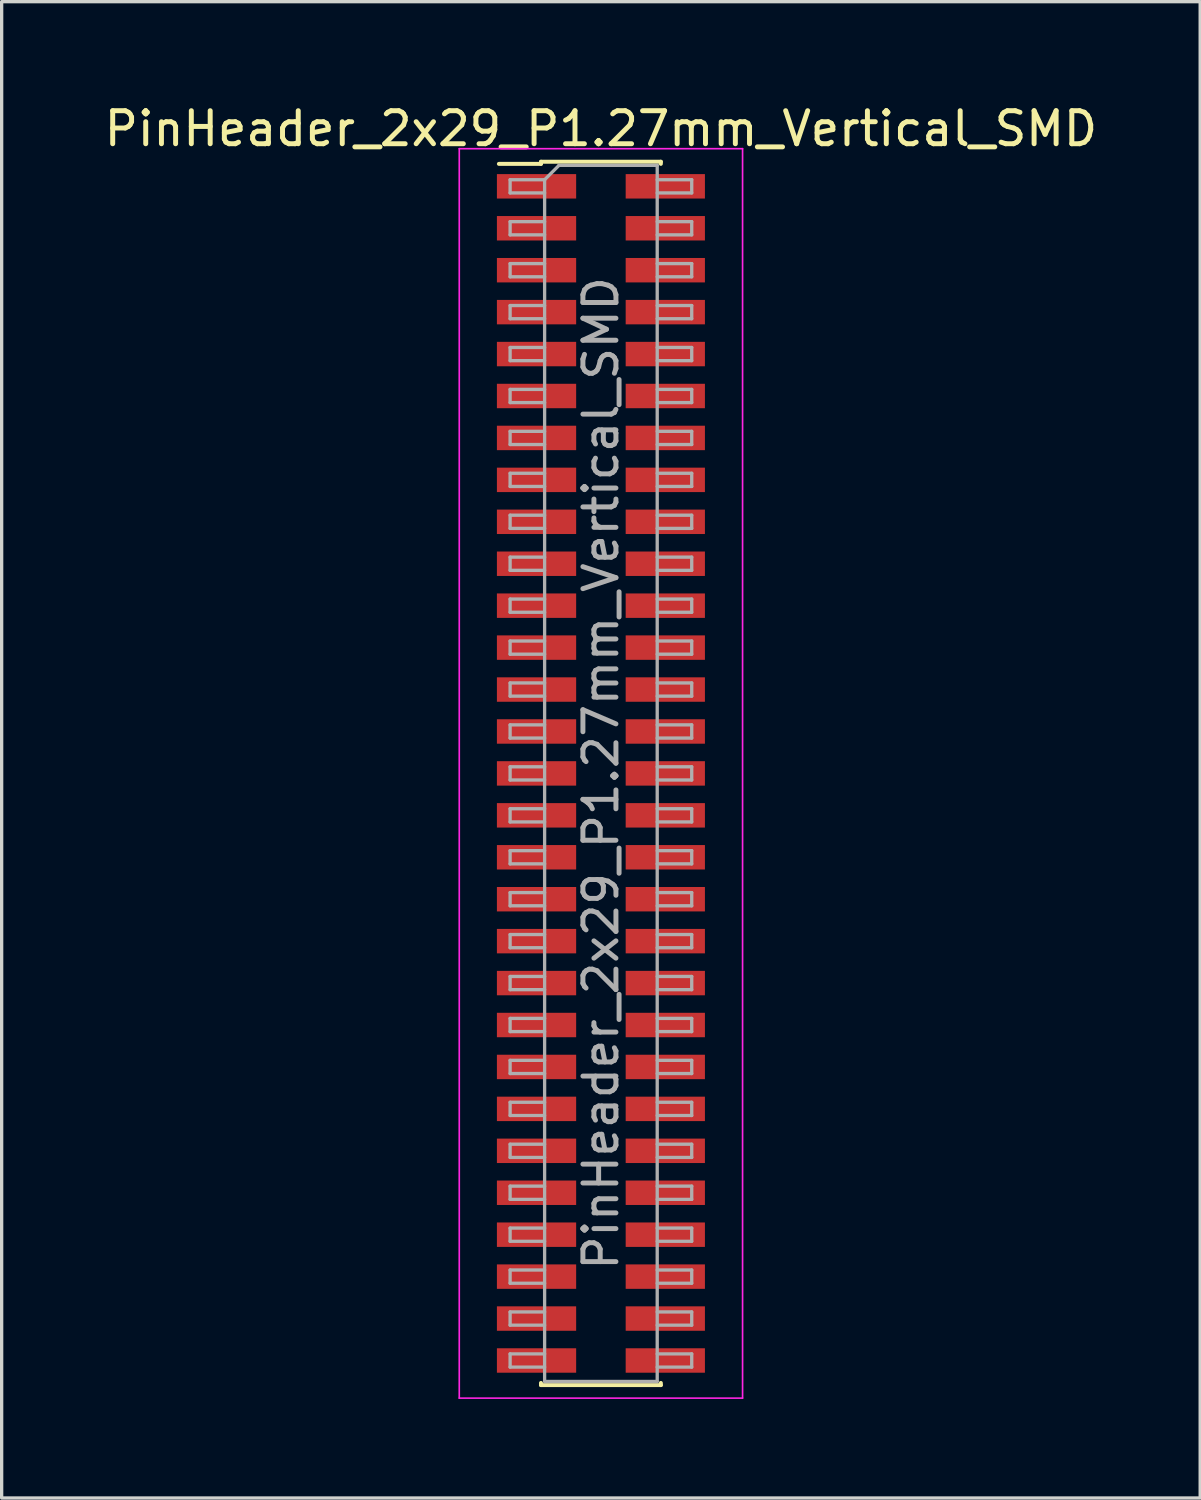
<source format=kicad_pcb>
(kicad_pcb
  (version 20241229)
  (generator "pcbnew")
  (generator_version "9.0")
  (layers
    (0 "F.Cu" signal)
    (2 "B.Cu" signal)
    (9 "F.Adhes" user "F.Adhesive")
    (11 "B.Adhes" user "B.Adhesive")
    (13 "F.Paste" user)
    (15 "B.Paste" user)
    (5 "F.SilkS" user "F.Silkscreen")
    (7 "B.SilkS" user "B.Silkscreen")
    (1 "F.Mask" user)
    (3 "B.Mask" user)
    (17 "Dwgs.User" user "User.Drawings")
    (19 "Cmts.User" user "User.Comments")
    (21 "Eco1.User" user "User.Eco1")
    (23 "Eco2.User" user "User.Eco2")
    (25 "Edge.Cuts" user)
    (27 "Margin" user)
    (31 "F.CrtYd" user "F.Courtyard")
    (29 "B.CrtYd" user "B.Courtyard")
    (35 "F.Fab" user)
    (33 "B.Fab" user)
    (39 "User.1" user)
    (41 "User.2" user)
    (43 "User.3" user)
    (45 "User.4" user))
  (footprint "PinHeader_2x29_P1.27mm_Vertical_SMD"
    (layer "F.Cu")
    (at 15.149 20.373)
    (property "Reference" "PinHeader_2x29_P1.27mm_Vertical_SMD" (at 0 -19.525 0) (layer "F.SilkS") (effects (font (size 1 1) (thickness 0.15))))
    (attr smd)
    (fp_line (start -3.09 -18.46) (end -1.815 -18.46) (stroke (width 0.12) (type solid)) (layer "F.SilkS"))
    (fp_line (start -1.815 -18.525) (end -1.815 -18.46) (stroke (width 0.12) (type solid)) (layer "F.SilkS"))
    (fp_line (start -1.815 -18.525) (end 1.815 -18.525) (stroke (width 0.12) (type solid)) (layer "F.SilkS"))
    (fp_line (start -1.815 18.46) (end -1.815 18.525) (stroke (width 0.12) (type solid)) (layer "F.SilkS"))
    (fp_line (start -1.815 18.525) (end 1.815 18.525) (stroke (width 0.12) (type solid)) (layer "F.SilkS"))
    (fp_line (start 1.815 -18.525) (end 1.815 -18.46) (stroke (width 0.12) (type solid)) (layer "F.SilkS"))
    (fp_line (start 1.815 18.46) (end 1.815 18.525) (stroke (width 0.12) (type solid)) (layer "F.SilkS"))
    (fp_line (start -4.29 -18.92) (end -4.29 18.92) (stroke (width 0.05) (type solid)) (layer "F.CrtYd"))
    (fp_line (start -4.29 18.92) (end 4.29 18.92) (stroke (width 0.05) (type solid)) (layer "F.CrtYd"))
    (fp_line (start 4.29 -18.92) (end -4.29 -18.92) (stroke (width 0.05) (type solid)) (layer "F.CrtYd"))
    (fp_line (start 4.29 18.92) (end 4.29 -18.92) (stroke (width 0.05) (type solid)) (layer "F.CrtYd"))
    (fp_line (start -2.75 -17.98) (end -2.75 -17.58) (stroke (width 0.1) (type solid)) (layer "F.Fab"))
    (fp_line (start -2.75 -17.58) (end -1.705 -17.58) (stroke (width 0.1) (type solid)) (layer "F.Fab"))
    (fp_line (start -2.75 -16.71) (end -2.75 -16.31) (stroke (width 0.1) (type solid)) (layer "F.Fab"))
    (fp_line (start -2.75 -16.31) (end -1.705 -16.31) (stroke (width 0.1) (type solid)) (layer "F.Fab"))
    (fp_line (start -2.75 -15.44) (end -2.75 -15.04) (stroke (width 0.1) (type solid)) (layer "F.Fab"))
    (fp_line (start -2.75 -15.04) (end -1.705 -15.04) (stroke (width 0.1) (type solid)) (layer "F.Fab"))
    (fp_line (start -2.75 -14.17) (end -2.75 -13.77) (stroke (width 0.1) (type solid)) (layer "F.Fab"))
    (fp_line (start -2.75 -13.77) (end -1.705 -13.77) (stroke (width 0.1) (type solid)) (layer "F.Fab"))
    (fp_line (start -2.75 -12.9) (end -2.75 -12.5) (stroke (width 0.1) (type solid)) (layer "F.Fab"))
    (fp_line (start -2.75 -12.5) (end -1.705 -12.5) (stroke (width 0.1) (type solid)) (layer "F.Fab"))
    (fp_line (start -2.75 -11.63) (end -2.75 -11.23) (stroke (width 0.1) (type solid)) (layer "F.Fab"))
    (fp_line (start -2.75 -11.23) (end -1.705 -11.23) (stroke (width 0.1) (type solid)) (layer "F.Fab"))
    (fp_line (start -2.75 -10.36) (end -2.75 -9.96) (stroke (width 0.1) (type solid)) (layer "F.Fab"))
    (fp_line (start -2.75 -9.96) (end -1.705 -9.96) (stroke (width 0.1) (type solid)) (layer "F.Fab"))
    (fp_line (start -2.75 -9.09) (end -2.75 -8.69) (stroke (width 0.1) (type solid)) (layer "F.Fab"))
    (fp_line (start -2.75 -8.69) (end -1.705 -8.69) (stroke (width 0.1) (type solid)) (layer "F.Fab"))
    (fp_line (start -2.75 -7.82) (end -2.75 -7.42) (stroke (width 0.1) (type solid)) (layer "F.Fab"))
    (fp_line (start -2.75 -7.42) (end -1.705 -7.42) (stroke (width 0.1) (type solid)) (layer "F.Fab"))
    (fp_line (start -2.75 -6.55) (end -2.75 -6.15) (stroke (width 0.1) (type solid)) (layer "F.Fab"))
    (fp_line (start -2.75 -6.15) (end -1.705 -6.15) (stroke (width 0.1) (type solid)) (layer "F.Fab"))
    (fp_line (start -2.75 -5.28) (end -2.75 -4.88) (stroke (width 0.1) (type solid)) (layer "F.Fab"))
    (fp_line (start -2.75 -4.88) (end -1.705 -4.88) (stroke (width 0.1) (type solid)) (layer "F.Fab"))
    (fp_line (start -2.75 -4.01) (end -2.75 -3.61) (stroke (width 0.1) (type solid)) (layer "F.Fab"))
    (fp_line (start -2.75 -3.61) (end -1.705 -3.61) (stroke (width 0.1) (type solid)) (layer "F.Fab"))
    (fp_line (start -2.75 -2.74) (end -2.75 -2.34) (stroke (width 0.1) (type solid)) (layer "F.Fab"))
    (fp_line (start -2.75 -2.34) (end -1.705 -2.34) (stroke (width 0.1) (type solid)) (layer "F.Fab"))
    (fp_line (start -2.75 -1.47) (end -2.75 -1.07) (stroke (width 0.1) (type solid)) (layer "F.Fab"))
    (fp_line (start -2.75 -1.07) (end -1.705 -1.07) (stroke (width 0.1) (type solid)) (layer "F.Fab"))
    (fp_line (start -2.75 -0.2) (end -2.75 0.2) (stroke (width 0.1) (type solid)) (layer "F.Fab"))
    (fp_line (start -2.75 0.2) (end -1.705 0.2) (stroke (width 0.1) (type solid)) (layer "F.Fab"))
    (fp_line (start -2.75 1.07) (end -2.75 1.47) (stroke (width 0.1) (type solid)) (layer "F.Fab"))
    (fp_line (start -2.75 1.47) (end -1.705 1.47) (stroke (width 0.1) (type solid)) (layer "F.Fab"))
    (fp_line (start -2.75 2.34) (end -2.75 2.74) (stroke (width 0.1) (type solid)) (layer "F.Fab"))
    (fp_line (start -2.75 2.74) (end -1.705 2.74) (stroke (width 0.1) (type solid)) (layer "F.Fab"))
    (fp_line (start -2.75 3.61) (end -2.75 4.01) (stroke (width 0.1) (type solid)) (layer "F.Fab"))
    (fp_line (start -2.75 4.01) (end -1.705 4.01) (stroke (width 0.1) (type solid)) (layer "F.Fab"))
    (fp_line (start -2.75 4.88) (end -2.75 5.28) (stroke (width 0.1) (type solid)) (layer "F.Fab"))
    (fp_line (start -2.75 5.28) (end -1.705 5.28) (stroke (width 0.1) (type solid)) (layer "F.Fab"))
    (fp_line (start -2.75 6.15) (end -2.75 6.55) (stroke (width 0.1) (type solid)) (layer "F.Fab"))
    (fp_line (start -2.75 6.55) (end -1.705 6.55) (stroke (width 0.1) (type solid)) (layer "F.Fab"))
    (fp_line (start -2.75 7.42) (end -2.75 7.82) (stroke (width 0.1) (type solid)) (layer "F.Fab"))
    (fp_line (start -2.75 7.82) (end -1.705 7.82) (stroke (width 0.1) (type solid)) (layer "F.Fab"))
    (fp_line (start -2.75 8.69) (end -2.75 9.09) (stroke (width 0.1) (type solid)) (layer "F.Fab"))
    (fp_line (start -2.75 9.09) (end -1.705 9.09) (stroke (width 0.1) (type solid)) (layer "F.Fab"))
    (fp_line (start -2.75 9.96) (end -2.75 10.36) (stroke (width 0.1) (type solid)) (layer "F.Fab"))
    (fp_line (start -2.75 10.36) (end -1.705 10.36) (stroke (width 0.1) (type solid)) (layer "F.Fab"))
    (fp_line (start -2.75 11.23) (end -2.75 11.63) (stroke (width 0.1) (type solid)) (layer "F.Fab"))
    (fp_line (start -2.75 11.63) (end -1.705 11.63) (stroke (width 0.1) (type solid)) (layer "F.Fab"))
    (fp_line (start -2.75 12.5) (end -2.75 12.9) (stroke (width 0.1) (type solid)) (layer "F.Fab"))
    (fp_line (start -2.75 12.9) (end -1.705 12.9) (stroke (width 0.1) (type solid)) (layer "F.Fab"))
    (fp_line (start -2.75 13.77) (end -2.75 14.17) (stroke (width 0.1) (type solid)) (layer "F.Fab"))
    (fp_line (start -2.75 14.17) (end -1.705 14.17) (stroke (width 0.1) (type solid)) (layer "F.Fab"))
    (fp_line (start -2.75 15.04) (end -2.75 15.44) (stroke (width 0.1) (type solid)) (layer "F.Fab"))
    (fp_line (start -2.75 15.44) (end -1.705 15.44) (stroke (width 0.1) (type solid)) (layer "F.Fab"))
    (fp_line (start -2.75 16.31) (end -2.75 16.71) (stroke (width 0.1) (type solid)) (layer "F.Fab"))
    (fp_line (start -2.75 16.71) (end -1.705 16.71) (stroke (width 0.1) (type solid)) (layer "F.Fab"))
    (fp_line (start -2.75 17.58) (end -2.75 17.98) (stroke (width 0.1) (type solid)) (layer "F.Fab"))
    (fp_line (start -2.75 17.98) (end -1.705 17.98) (stroke (width 0.1) (type solid)) (layer "F.Fab"))
    (fp_line (start -1.705 -17.98) (end -2.75 -17.98) (stroke (width 0.1) (type solid)) (layer "F.Fab"))
    (fp_line (start -1.705 -17.98) (end -1.27 -18.415) (stroke (width 0.1) (type solid)) (layer "F.Fab"))
    (fp_line (start -1.705 -16.71) (end -2.75 -16.71) (stroke (width 0.1) (type solid)) (layer "F.Fab"))
    (fp_line (start -1.705 -15.44) (end -2.75 -15.44) (stroke (width 0.1) (type solid)) (layer "F.Fab"))
    (fp_line (start -1.705 -14.17) (end -2.75 -14.17) (stroke (width 0.1) (type solid)) (layer "F.Fab"))
    (fp_line (start -1.705 -12.9) (end -2.75 -12.9) (stroke (width 0.1) (type solid)) (layer "F.Fab"))
    (fp_line (start -1.705 -11.63) (end -2.75 -11.63) (stroke (width 0.1) (type solid)) (layer "F.Fab"))
    (fp_line (start -1.705 -10.36) (end -2.75 -10.36) (stroke (width 0.1) (type solid)) (layer "F.Fab"))
    (fp_line (start -1.705 -9.09) (end -2.75 -9.09) (stroke (width 0.1) (type solid)) (layer "F.Fab"))
    (fp_line (start -1.705 -7.82) (end -2.75 -7.82) (stroke (width 0.1) (type solid)) (layer "F.Fab"))
    (fp_line (start -1.705 -6.55) (end -2.75 -6.55) (stroke (width 0.1) (type solid)) (layer "F.Fab"))
    (fp_line (start -1.705 -5.28) (end -2.75 -5.28) (stroke (width 0.1) (type solid)) (layer "F.Fab"))
    (fp_line (start -1.705 -4.01) (end -2.75 -4.01) (stroke (width 0.1) (type solid)) (layer "F.Fab"))
    (fp_line (start -1.705 -2.74) (end -2.75 -2.74) (stroke (width 0.1) (type solid)) (layer "F.Fab"))
    (fp_line (start -1.705 -1.47) (end -2.75 -1.47) (stroke (width 0.1) (type solid)) (layer "F.Fab"))
    (fp_line (start -1.705 -0.2) (end -2.75 -0.2) (stroke (width 0.1) (type solid)) (layer "F.Fab"))
    (fp_line (start -1.705 1.07) (end -2.75 1.07) (stroke (width 0.1) (type solid)) (layer "F.Fab"))
    (fp_line (start -1.705 2.34) (end -2.75 2.34) (stroke (width 0.1) (type solid)) (layer "F.Fab"))
    (fp_line (start -1.705 3.61) (end -2.75 3.61) (stroke (width 0.1) (type solid)) (layer "F.Fab"))
    (fp_line (start -1.705 4.88) (end -2.75 4.88) (stroke (width 0.1) (type solid)) (layer "F.Fab"))
    (fp_line (start -1.705 6.15) (end -2.75 6.15) (stroke (width 0.1) (type solid)) (layer "F.Fab"))
    (fp_line (start -1.705 7.42) (end -2.75 7.42) (stroke (width 0.1) (type solid)) (layer "F.Fab"))
    (fp_line (start -1.705 8.69) (end -2.75 8.69) (stroke (width 0.1) (type solid)) (layer "F.Fab"))
    (fp_line (start -1.705 9.96) (end -2.75 9.96) (stroke (width 0.1) (type solid)) (layer "F.Fab"))
    (fp_line (start -1.705 11.23) (end -2.75 11.23) (stroke (width 0.1) (type solid)) (layer "F.Fab"))
    (fp_line (start -1.705 12.5) (end -2.75 12.5) (stroke (width 0.1) (type solid)) (layer "F.Fab"))
    (fp_line (start -1.705 13.77) (end -2.75 13.77) (stroke (width 0.1) (type solid)) (layer "F.Fab"))
    (fp_line (start -1.705 15.04) (end -2.75 15.04) (stroke (width 0.1) (type solid)) (layer "F.Fab"))
    (fp_line (start -1.705 16.31) (end -2.75 16.31) (stroke (width 0.1) (type solid)) (layer "F.Fab"))
    (fp_line (start -1.705 17.58) (end -2.75 17.58) (stroke (width 0.1) (type solid)) (layer "F.Fab"))
    (fp_line (start -1.705 18.415) (end -1.705 -17.98) (stroke (width 0.1) (type solid)) (layer "F.Fab"))
    (fp_line (start -1.27 -18.415) (end 1.705 -18.415) (stroke (width 0.1) (type solid)) (layer "F.Fab"))
    (fp_line (start 1.705 -18.415) (end 1.705 18.415) (stroke (width 0.1) (type solid)) (layer "F.Fab"))
    (fp_line (start 1.705 -17.98) (end 2.75 -17.98) (stroke (width 0.1) (type solid)) (layer "F.Fab"))
    (fp_line (start 1.705 -16.71) (end 2.75 -16.71) (stroke (width 0.1) (type solid)) (layer "F.Fab"))
    (fp_line (start 1.705 -15.44) (end 2.75 -15.44) (stroke (width 0.1) (type solid)) (layer "F.Fab"))
    (fp_line (start 1.705 -14.17) (end 2.75 -14.17) (stroke (width 0.1) (type solid)) (layer "F.Fab"))
    (fp_line (start 1.705 -12.9) (end 2.75 -12.9) (stroke (width 0.1) (type solid)) (layer "F.Fab"))
    (fp_line (start 1.705 -11.63) (end 2.75 -11.63) (stroke (width 0.1) (type solid)) (layer "F.Fab"))
    (fp_line (start 1.705 -10.36) (end 2.75 -10.36) (stroke (width 0.1) (type solid)) (layer "F.Fab"))
    (fp_line (start 1.705 -9.09) (end 2.75 -9.09) (stroke (width 0.1) (type solid)) (layer "F.Fab"))
    (fp_line (start 1.705 -7.82) (end 2.75 -7.82) (stroke (width 0.1) (type solid)) (layer "F.Fab"))
    (fp_line (start 1.705 -6.55) (end 2.75 -6.55) (stroke (width 0.1) (type solid)) (layer "F.Fab"))
    (fp_line (start 1.705 -5.28) (end 2.75 -5.28) (stroke (width 0.1) (type solid)) (layer "F.Fab"))
    (fp_line (start 1.705 -4.01) (end 2.75 -4.01) (stroke (width 0.1) (type solid)) (layer "F.Fab"))
    (fp_line (start 1.705 -2.74) (end 2.75 -2.74) (stroke (width 0.1) (type solid)) (layer "F.Fab"))
    (fp_line (start 1.705 -1.47) (end 2.75 -1.47) (stroke (width 0.1) (type solid)) (layer "F.Fab"))
    (fp_line (start 1.705 -0.2) (end 2.75 -0.2) (stroke (width 0.1) (type solid)) (layer "F.Fab"))
    (fp_line (start 1.705 1.07) (end 2.75 1.07) (stroke (width 0.1) (type solid)) (layer "F.Fab"))
    (fp_line (start 1.705 2.34) (end 2.75 2.34) (stroke (width 0.1) (type solid)) (layer "F.Fab"))
    (fp_line (start 1.705 3.61) (end 2.75 3.61) (stroke (width 0.1) (type solid)) (layer "F.Fab"))
    (fp_line (start 1.705 4.88) (end 2.75 4.88) (stroke (width 0.1) (type solid)) (layer "F.Fab"))
    (fp_line (start 1.705 6.15) (end 2.75 6.15) (stroke (width 0.1) (type solid)) (layer "F.Fab"))
    (fp_line (start 1.705 7.42) (end 2.75 7.42) (stroke (width 0.1) (type solid)) (layer "F.Fab"))
    (fp_line (start 1.705 8.69) (end 2.75 8.69) (stroke (width 0.1) (type solid)) (layer "F.Fab"))
    (fp_line (start 1.705 9.96) (end 2.75 9.96) (stroke (width 0.1) (type solid)) (layer "F.Fab"))
    (fp_line (start 1.705 11.23) (end 2.75 11.23) (stroke (width 0.1) (type solid)) (layer "F.Fab"))
    (fp_line (start 1.705 12.5) (end 2.75 12.5) (stroke (width 0.1) (type solid)) (layer "F.Fab"))
    (fp_line (start 1.705 13.77) (end 2.75 13.77) (stroke (width 0.1) (type solid)) (layer "F.Fab"))
    (fp_line (start 1.705 15.04) (end 2.75 15.04) (stroke (width 0.1) (type solid)) (layer "F.Fab"))
    (fp_line (start 1.705 16.31) (end 2.75 16.31) (stroke (width 0.1) (type solid)) (layer "F.Fab"))
    (fp_line (start 1.705 17.58) (end 2.75 17.58) (stroke (width 0.1) (type solid)) (layer "F.Fab"))
    (fp_line (start 1.705 18.415) (end -1.705 18.415) (stroke (width 0.1) (type solid)) (layer "F.Fab"))
    (fp_line (start 2.75 -17.98) (end 2.75 -17.58) (stroke (width 0.1) (type solid)) (layer "F.Fab"))
    (fp_line (start 2.75 -17.58) (end 1.705 -17.58) (stroke (width 0.1) (type solid)) (layer "F.Fab"))
    (fp_line (start 2.75 -16.71) (end 2.75 -16.31) (stroke (width 0.1) (type solid)) (layer "F.Fab"))
    (fp_line (start 2.75 -16.31) (end 1.705 -16.31) (stroke (width 0.1) (type solid)) (layer "F.Fab"))
    (fp_line (start 2.75 -15.44) (end 2.75 -15.04) (stroke (width 0.1) (type solid)) (layer "F.Fab"))
    (fp_line (start 2.75 -15.04) (end 1.705 -15.04) (stroke (width 0.1) (type solid)) (layer "F.Fab"))
    (fp_line (start 2.75 -14.17) (end 2.75 -13.77) (stroke (width 0.1) (type solid)) (layer "F.Fab"))
    (fp_line (start 2.75 -13.77) (end 1.705 -13.77) (stroke (width 0.1) (type solid)) (layer "F.Fab"))
    (fp_line (start 2.75 -12.9) (end 2.75 -12.5) (stroke (width 0.1) (type solid)) (layer "F.Fab"))
    (fp_line (start 2.75 -12.5) (end 1.705 -12.5) (stroke (width 0.1) (type solid)) (layer "F.Fab"))
    (fp_line (start 2.75 -11.63) (end 2.75 -11.23) (stroke (width 0.1) (type solid)) (layer "F.Fab"))
    (fp_line (start 2.75 -11.23) (end 1.705 -11.23) (stroke (width 0.1) (type solid)) (layer "F.Fab"))
    (fp_line (start 2.75 -10.36) (end 2.75 -9.96) (stroke (width 0.1) (type solid)) (layer "F.Fab"))
    (fp_line (start 2.75 -9.96) (end 1.705 -9.96) (stroke (width 0.1) (type solid)) (layer "F.Fab"))
    (fp_line (start 2.75 -9.09) (end 2.75 -8.69) (stroke (width 0.1) (type solid)) (layer "F.Fab"))
    (fp_line (start 2.75 -8.69) (end 1.705 -8.69) (stroke (width 0.1) (type solid)) (layer "F.Fab"))
    (fp_line (start 2.75 -7.82) (end 2.75 -7.42) (stroke (width 0.1) (type solid)) (layer "F.Fab"))
    (fp_line (start 2.75 -7.42) (end 1.705 -7.42) (stroke (width 0.1) (type solid)) (layer "F.Fab"))
    (fp_line (start 2.75 -6.55) (end 2.75 -6.15) (stroke (width 0.1) (type solid)) (layer "F.Fab"))
    (fp_line (start 2.75 -6.15) (end 1.705 -6.15) (stroke (width 0.1) (type solid)) (layer "F.Fab"))
    (fp_line (start 2.75 -5.28) (end 2.75 -4.88) (stroke (width 0.1) (type solid)) (layer "F.Fab"))
    (fp_line (start 2.75 -4.88) (end 1.705 -4.88) (stroke (width 0.1) (type solid)) (layer "F.Fab"))
    (fp_line (start 2.75 -4.01) (end 2.75 -3.61) (stroke (width 0.1) (type solid)) (layer "F.Fab"))
    (fp_line (start 2.75 -3.61) (end 1.705 -3.61) (stroke (width 0.1) (type solid)) (layer "F.Fab"))
    (fp_line (start 2.75 -2.74) (end 2.75 -2.34) (stroke (width 0.1) (type solid)) (layer "F.Fab"))
    (fp_line (start 2.75 -2.34) (end 1.705 -2.34) (stroke (width 0.1) (type solid)) (layer "F.Fab"))
    (fp_line (start 2.75 -1.47) (end 2.75 -1.07) (stroke (width 0.1) (type solid)) (layer "F.Fab"))
    (fp_line (start 2.75 -1.07) (end 1.705 -1.07) (stroke (width 0.1) (type solid)) (layer "F.Fab"))
    (fp_line (start 2.75 -0.2) (end 2.75 0.2) (stroke (width 0.1) (type solid)) (layer "F.Fab"))
    (fp_line (start 2.75 0.2) (end 1.705 0.2) (stroke (width 0.1) (type solid)) (layer "F.Fab"))
    (fp_line (start 2.75 1.07) (end 2.75 1.47) (stroke (width 0.1) (type solid)) (layer "F.Fab"))
    (fp_line (start 2.75 1.47) (end 1.705 1.47) (stroke (width 0.1) (type solid)) (layer "F.Fab"))
    (fp_line (start 2.75 2.34) (end 2.75 2.74) (stroke (width 0.1) (type solid)) (layer "F.Fab"))
    (fp_line (start 2.75 2.74) (end 1.705 2.74) (stroke (width 0.1) (type solid)) (layer "F.Fab"))
    (fp_line (start 2.75 3.61) (end 2.75 4.01) (stroke (width 0.1) (type solid)) (layer "F.Fab"))
    (fp_line (start 2.75 4.01) (end 1.705 4.01) (stroke (width 0.1) (type solid)) (layer "F.Fab"))
    (fp_line (start 2.75 4.88) (end 2.75 5.28) (stroke (width 0.1) (type solid)) (layer "F.Fab"))
    (fp_line (start 2.75 5.28) (end 1.705 5.28) (stroke (width 0.1) (type solid)) (layer "F.Fab"))
    (fp_line (start 2.75 6.15) (end 2.75 6.55) (stroke (width 0.1) (type solid)) (layer "F.Fab"))
    (fp_line (start 2.75 6.55) (end 1.705 6.55) (stroke (width 0.1) (type solid)) (layer "F.Fab"))
    (fp_line (start 2.75 7.42) (end 2.75 7.82) (stroke (width 0.1) (type solid)) (layer "F.Fab"))
    (fp_line (start 2.75 7.82) (end 1.705 7.82) (stroke (width 0.1) (type solid)) (layer "F.Fab"))
    (fp_line (start 2.75 8.69) (end 2.75 9.09) (stroke (width 0.1) (type solid)) (layer "F.Fab"))
    (fp_line (start 2.75 9.09) (end 1.705 9.09) (stroke (width 0.1) (type solid)) (layer "F.Fab"))
    (fp_line (start 2.75 9.96) (end 2.75 10.36) (stroke (width 0.1) (type solid)) (layer "F.Fab"))
    (fp_line (start 2.75 10.36) (end 1.705 10.36) (stroke (width 0.1) (type solid)) (layer "F.Fab"))
    (fp_line (start 2.75 11.23) (end 2.75 11.63) (stroke (width 0.1) (type solid)) (layer "F.Fab"))
    (fp_line (start 2.75 11.63) (end 1.705 11.63) (stroke (width 0.1) (type solid)) (layer "F.Fab"))
    (fp_line (start 2.75 12.5) (end 2.75 12.9) (stroke (width 0.1) (type solid)) (layer "F.Fab"))
    (fp_line (start 2.75 12.9) (end 1.705 12.9) (stroke (width 0.1) (type solid)) (layer "F.Fab"))
    (fp_line (start 2.75 13.77) (end 2.75 14.17) (stroke (width 0.1) (type solid)) (layer "F.Fab"))
    (fp_line (start 2.75 14.17) (end 1.705 14.17) (stroke (width 0.1) (type solid)) (layer "F.Fab"))
    (fp_line (start 2.75 15.04) (end 2.75 15.44) (stroke (width 0.1) (type solid)) (layer "F.Fab"))
    (fp_line (start 2.75 15.44) (end 1.705 15.44) (stroke (width 0.1) (type solid)) (layer "F.Fab"))
    (fp_line (start 2.75 16.31) (end 2.75 16.71) (stroke (width 0.1) (type solid)) (layer "F.Fab"))
    (fp_line (start 2.75 16.71) (end 1.705 16.71) (stroke (width 0.1) (type solid)) (layer "F.Fab"))
    (fp_line (start 2.75 17.58) (end 2.75 17.98) (stroke (width 0.1) (type solid)) (layer "F.Fab"))
    (fp_line (start 2.75 17.98) (end 1.705 17.98) (stroke (width 0.1) (type solid)) (layer "F.Fab"))
    (fp_text user "${REFERENCE}" (at 0 0 90) (layer "F.Fab") (effects (font (size 1 1) (thickness 0.15))))
    (pad "1" smd rect (at -1.95 -17.78) (size 2.4 0.74) (layers "F.Cu" "F.Mask" "F.Paste"))
    (pad "2" smd rect (at 1.95 -17.78) (size 2.4 0.74) (layers "F.Cu" "F.Mask" "F.Paste"))
    (pad "3" smd rect (at -1.95 -16.51) (size 2.4 0.74) (layers "F.Cu" "F.Mask" "F.Paste"))
    (pad "4" smd rect (at 1.95 -16.51) (size 2.4 0.74) (layers "F.Cu" "F.Mask" "F.Paste"))
    (pad "5" smd rect (at -1.95 -15.24) (size 2.4 0.74) (layers "F.Cu" "F.Mask" "F.Paste"))
    (pad "6" smd rect (at 1.95 -15.24) (size 2.4 0.74) (layers "F.Cu" "F.Mask" "F.Paste"))
    (pad "7" smd rect (at -1.95 -13.97) (size 2.4 0.74) (layers "F.Cu" "F.Mask" "F.Paste"))
    (pad "8" smd rect (at 1.95 -13.97) (size 2.4 0.74) (layers "F.Cu" "F.Mask" "F.Paste"))
    (pad "9" smd rect (at -1.95 -12.7) (size 2.4 0.74) (layers "F.Cu" "F.Mask" "F.Paste"))
    (pad "10" smd rect (at 1.95 -12.7) (size 2.4 0.74) (layers "F.Cu" "F.Mask" "F.Paste"))
    (pad "11" smd rect (at -1.95 -11.43) (size 2.4 0.74) (layers "F.Cu" "F.Mask" "F.Paste"))
    (pad "12" smd rect (at 1.95 -11.43) (size 2.4 0.74) (layers "F.Cu" "F.Mask" "F.Paste"))
    (pad "13" smd rect (at -1.95 -10.16) (size 2.4 0.74) (layers "F.Cu" "F.Mask" "F.Paste"))
    (pad "14" smd rect (at 1.95 -10.16) (size 2.4 0.74) (layers "F.Cu" "F.Mask" "F.Paste"))
    (pad "15" smd rect (at -1.95 -8.89) (size 2.4 0.74) (layers "F.Cu" "F.Mask" "F.Paste"))
    (pad "16" smd rect (at 1.95 -8.89) (size 2.4 0.74) (layers "F.Cu" "F.Mask" "F.Paste"))
    (pad "17" smd rect (at -1.95 -7.62) (size 2.4 0.74) (layers "F.Cu" "F.Mask" "F.Paste"))
    (pad "18" smd rect (at 1.95 -7.62) (size 2.4 0.74) (layers "F.Cu" "F.Mask" "F.Paste"))
    (pad "19" smd rect (at -1.95 -6.35) (size 2.4 0.74) (layers "F.Cu" "F.Mask" "F.Paste"))
    (pad "20" smd rect (at 1.95 -6.35) (size 2.4 0.74) (layers "F.Cu" "F.Mask" "F.Paste"))
    (pad "21" smd rect (at -1.95 -5.08) (size 2.4 0.74) (layers "F.Cu" "F.Mask" "F.Paste"))
    (pad "22" smd rect (at 1.95 -5.08) (size 2.4 0.74) (layers "F.Cu" "F.Mask" "F.Paste"))
    (pad "23" smd rect (at -1.95 -3.81) (size 2.4 0.74) (layers "F.Cu" "F.Mask" "F.Paste"))
    (pad "24" smd rect (at 1.95 -3.81) (size 2.4 0.74) (layers "F.Cu" "F.Mask" "F.Paste"))
    (pad "25" smd rect (at -1.95 -2.54) (size 2.4 0.74) (layers "F.Cu" "F.Mask" "F.Paste"))
    (pad "26" smd rect (at 1.95 -2.54) (size 2.4 0.74) (layers "F.Cu" "F.Mask" "F.Paste"))
    (pad "27" smd rect (at -1.95 -1.27) (size 2.4 0.74) (layers "F.Cu" "F.Mask" "F.Paste"))
    (pad "28" smd rect (at 1.95 -1.27) (size 2.4 0.74) (layers "F.Cu" "F.Mask" "F.Paste"))
    (pad "29" smd rect (at -1.95 0) (size 2.4 0.74) (layers "F.Cu" "F.Mask" "F.Paste"))
    (pad "30" smd rect (at 1.95 0) (size 2.4 0.74) (layers "F.Cu" "F.Mask" "F.Paste"))
    (pad "31" smd rect (at -1.95 1.27) (size 2.4 0.74) (layers "F.Cu" "F.Mask" "F.Paste"))
    (pad "32" smd rect (at 1.95 1.27) (size 2.4 0.74) (layers "F.Cu" "F.Mask" "F.Paste"))
    (pad "33" smd rect (at -1.95 2.54) (size 2.4 0.74) (layers "F.Cu" "F.Mask" "F.Paste"))
    (pad "34" smd rect (at 1.95 2.54) (size 2.4 0.74) (layers "F.Cu" "F.Mask" "F.Paste"))
    (pad "35" smd rect (at -1.95 3.81) (size 2.4 0.74) (layers "F.Cu" "F.Mask" "F.Paste"))
    (pad "36" smd rect (at 1.95 3.81) (size 2.4 0.74) (layers "F.Cu" "F.Mask" "F.Paste"))
    (pad "37" smd rect (at -1.95 5.08) (size 2.4 0.74) (layers "F.Cu" "F.Mask" "F.Paste"))
    (pad "38" smd rect (at 1.95 5.08) (size 2.4 0.74) (layers "F.Cu" "F.Mask" "F.Paste"))
    (pad "39" smd rect (at -1.95 6.35) (size 2.4 0.74) (layers "F.Cu" "F.Mask" "F.Paste"))
    (pad "40" smd rect (at 1.95 6.35) (size 2.4 0.74) (layers "F.Cu" "F.Mask" "F.Paste"))
    (pad "41" smd rect (at -1.95 7.62) (size 2.4 0.74) (layers "F.Cu" "F.Mask" "F.Paste"))
    (pad "42" smd rect (at 1.95 7.62) (size 2.4 0.74) (layers "F.Cu" "F.Mask" "F.Paste"))
    (pad "43" smd rect (at -1.95 8.89) (size 2.4 0.74) (layers "F.Cu" "F.Mask" "F.Paste"))
    (pad "44" smd rect (at 1.95 8.89) (size 2.4 0.74) (layers "F.Cu" "F.Mask" "F.Paste"))
    (pad "45" smd rect (at -1.95 10.16) (size 2.4 0.74) (layers "F.Cu" "F.Mask" "F.Paste"))
    (pad "46" smd rect (at 1.95 10.16) (size 2.4 0.74) (layers "F.Cu" "F.Mask" "F.Paste"))
    (pad "47" smd rect (at -1.95 11.43) (size 2.4 0.74) (layers "F.Cu" "F.Mask" "F.Paste"))
    (pad "48" smd rect (at 1.95 11.43) (size 2.4 0.74) (layers "F.Cu" "F.Mask" "F.Paste"))
    (pad "49" smd rect (at -1.95 12.7) (size 2.4 0.74) (layers "F.Cu" "F.Mask" "F.Paste"))
    (pad "50" smd rect (at 1.95 12.7) (size 2.4 0.74) (layers "F.Cu" "F.Mask" "F.Paste"))
    (pad "51" smd rect (at -1.95 13.97) (size 2.4 0.74) (layers "F.Cu" "F.Mask" "F.Paste"))
    (pad "52" smd rect (at 1.95 13.97) (size 2.4 0.74) (layers "F.Cu" "F.Mask" "F.Paste"))
    (pad "53" smd rect (at -1.95 15.24) (size 2.4 0.74) (layers "F.Cu" "F.Mask" "F.Paste"))
    (pad "54" smd rect (at 1.95 15.24) (size 2.4 0.74) (layers "F.Cu" "F.Mask" "F.Paste"))
    (pad "55" smd rect (at -1.95 16.51) (size 2.4 0.74) (layers "F.Cu" "F.Mask" "F.Paste"))
    (pad "56" smd rect (at 1.95 16.51) (size 2.4 0.74) (layers "F.Cu" "F.Mask" "F.Paste"))
    (pad "57" smd rect (at -1.95 17.78) (size 2.4 0.74) (layers "F.Cu" "F.Mask" "F.Paste"))
    (pad "58" smd rect (at 1.95 17.78) (size 2.4 0.74) (layers "F.Cu" "F.Mask" "F.Paste")))
  (gr_rect
    (start -3 -3)
    (end 33.298 42.318)
    (stroke (width 0.1) (type default))
    (fill no)
    (layer "Edge.Cuts")))
</source>
